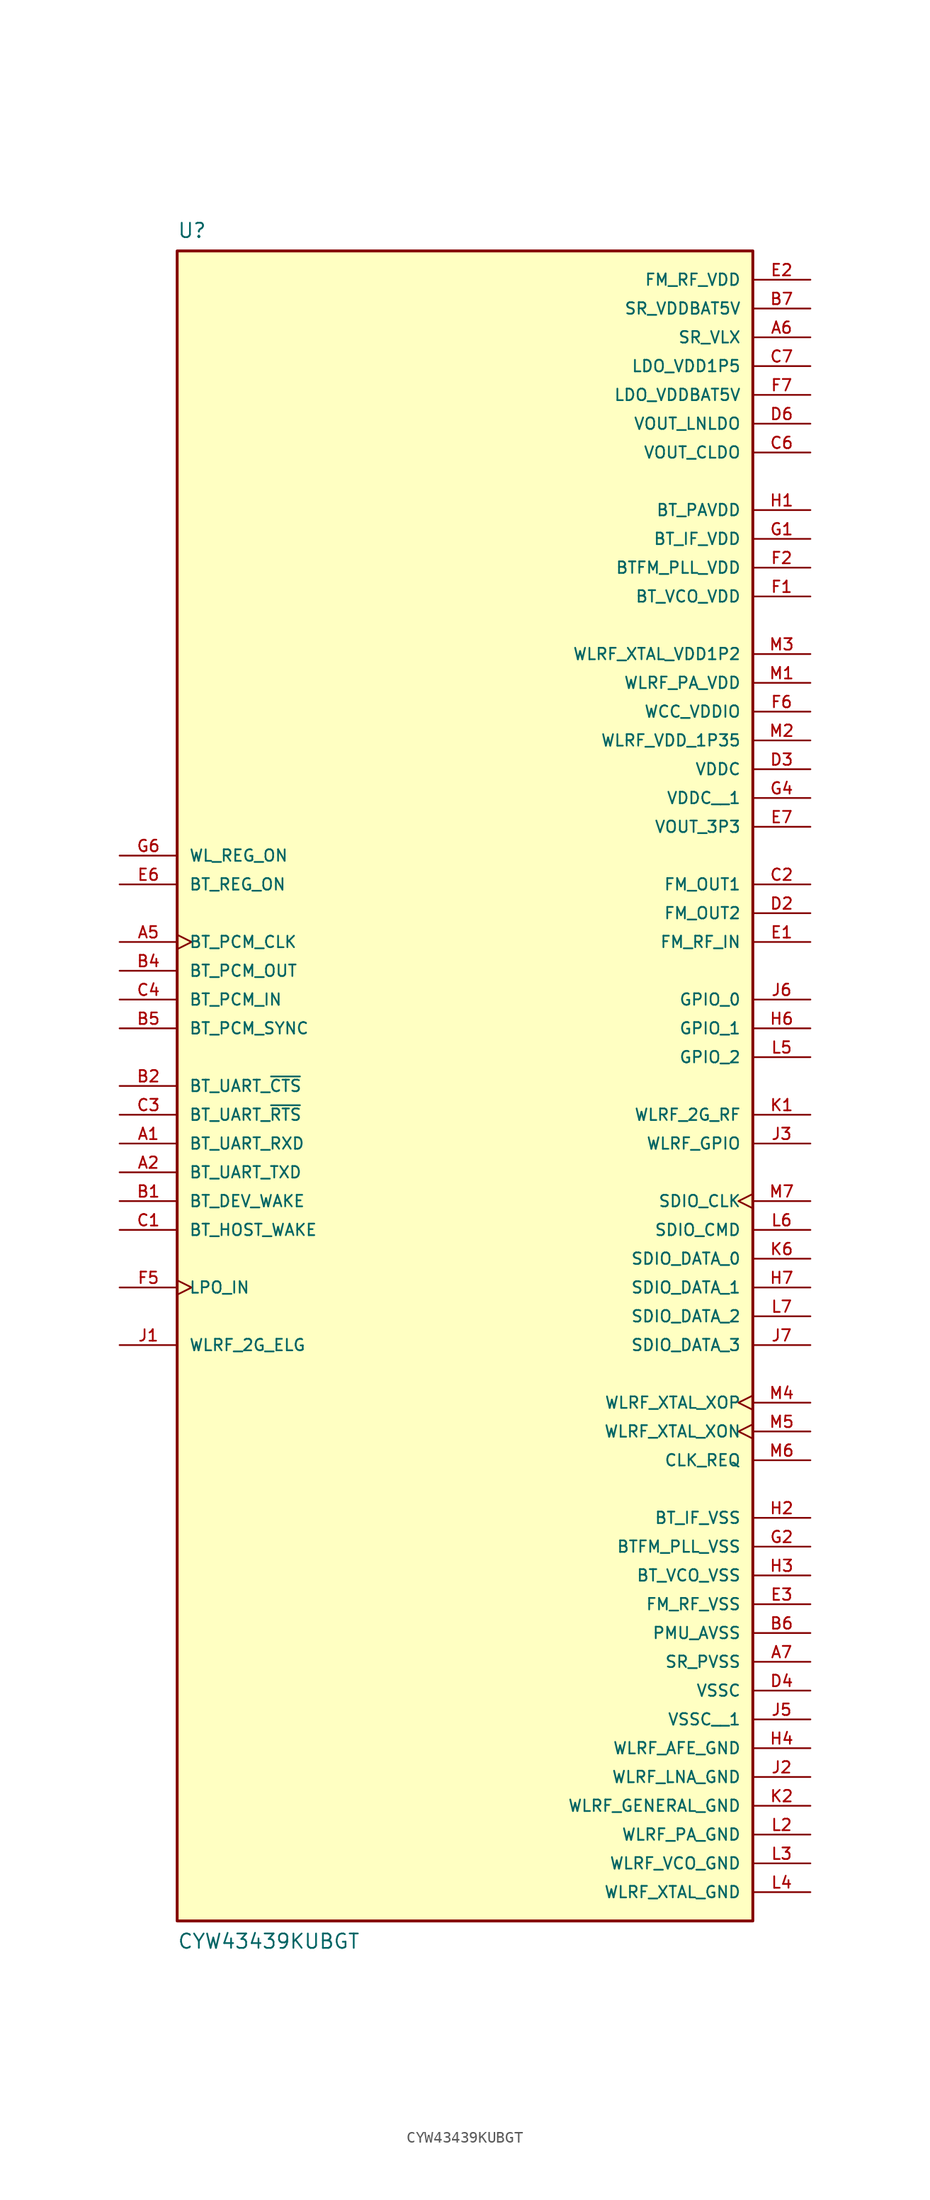
<source format=kicad_sym>
(kicad_symbol_lib
  (version 20211014)
  (generator kicad_symbol_editor)
  (symbol "CYW43439KUBGT"
    (pin_names
      (offset 1.016))
    (property "Reference" "U"
      (at -25.4 73.66 0)
      (effects (font (size 1.27 1.27)) (justify top left)))
    (property "Value" "CYW43439KUBGT"
      (at -25.4 -78.74 0)
      (effects (font (size 1.27 1.27)) (justify bottom left)))
    (symbol "CYW43439KUBGT_0_0"
      (rectangle (start -25.4 -76.2) (end 25.4 71.12) (stroke (width 0.254)) (fill (type background)))
      (pin input line (at -30.48 -7.62 0) (length 5.08) (name "BT_UART_RXD" (effects (font (size 1.016 1.016)))) (number "A1" (effects (font (size 1.016 1.016)))))
      (pin output line (at -30.48 -10.16 0) (length 5.08) (name "BT_UART_TXD" (effects (font (size 1.016 1.016)))) (number "A2" (effects (font (size 1.016 1.016)))))
      (pin bidirectional clock (at -30.48 10.16 0) (length 5.08) (name "BT_PCM_CLK" (effects (font (size 1.016 1.016)))) (number "A5" (effects (font (size 1.016 1.016)))))
      (pin power_in line (at 30.48 63.5 180.0) (length 5.08) (name "SR_VLX" (effects (font (size 1.016 1.016)))) (number "A6" (effects (font (size 1.016 1.016)))))
      (pin power_in line (at 30.48 -53.34 180.0) (length 5.08) (name "SR_PVSS" (effects (font (size 1.016 1.016)))) (number "A7" (effects (font (size 1.016 1.016)))))
      (pin bidirectional line (at -30.48 -12.7 0) (length 5.08) (name "BT_DEV_WAKE" (effects (font (size 1.016 1.016)))) (number "B1" (effects (font (size 1.016 1.016)))))
      (pin input line (at -30.48 -2.54 0) (length 5.08) (name "BT_UART_~{CTS}" (effects (font (size 1.016 1.016)))) (number "B2" (effects (font (size 1.016 1.016)))))
      (pin output line (at -30.48 7.62 0) (length 5.08) (name "BT_PCM_OUT" (effects (font (size 1.016 1.016)))) (number "B4" (effects (font (size 1.016 1.016)))))
      (pin bidirectional line (at -30.48 2.54 0) (length 5.08) (name "BT_PCM_SYNC" (effects (font (size 1.016 1.016)))) (number "B5" (effects (font (size 1.016 1.016)))))
      (pin power_in line (at 30.48 -50.8 180.0) (length 5.08) (name "PMU_AVSS" (effects (font (size 1.016 1.016)))) (number "B6" (effects (font (size 1.016 1.016)))))
      (pin power_in line (at 30.48 66.04 180.0) (length 5.08) (name "SR_VDDBAT5V" (effects (font (size 1.016 1.016)))) (number "B7" (effects (font (size 1.016 1.016)))))
      (pin bidirectional line (at -30.48 -15.24 0) (length 5.08) (name "BT_HOST_WAKE" (effects (font (size 1.016 1.016)))) (number "C1" (effects (font (size 1.016 1.016)))))
      (pin output line (at 30.48 15.24 180.0) (length 5.08) (name "FM_OUT1" (effects (font (size 1.016 1.016)))) (number "C2" (effects (font (size 1.016 1.016)))))
      (pin output line (at -30.48 -5.08 0) (length 5.08) (name "BT_UART_~{RTS}" (effects (font (size 1.016 1.016)))) (number "C3" (effects (font (size 1.016 1.016)))))
      (pin input line (at -30.48 5.08 0) (length 5.08) (name "BT_PCM_IN" (effects (font (size 1.016 1.016)))) (number "C4" (effects (font (size 1.016 1.016)))))
      (pin power_in line (at 30.48 53.34 180.0) (length 5.08) (name "VOUT_CLDO" (effects (font (size 1.016 1.016)))) (number "C6" (effects (font (size 1.016 1.016)))))
      (pin power_in line (at 30.48 60.96 180.0) (length 5.08) (name "LDO_VDD1P5" (effects (font (size 1.016 1.016)))) (number "C7" (effects (font (size 1.016 1.016)))))
      (pin output line (at 30.48 12.7 180.0) (length 5.08) (name "FM_OUT2" (effects (font (size 1.016 1.016)))) (number "D2" (effects (font (size 1.016 1.016)))))
      (pin power_in line (at 30.48 25.4 180.0) (length 5.08) (name "VDDC" (effects (font (size 1.016 1.016)))) (number "D3" (effects (font (size 1.016 1.016)))))
      (pin power_in line (at 30.48 -55.88 180.0) (length 5.08) (name "VSSC" (effects (font (size 1.016 1.016)))) (number "D4" (effects (font (size 1.016 1.016)))))
      (pin power_in line (at 30.48 55.88 180.0) (length 5.08) (name "VOUT_LNLDO" (effects (font (size 1.016 1.016)))) (number "D6" (effects (font (size 1.016 1.016)))))
      (pin input line (at 30.48 10.16 180.0) (length 5.08) (name "FM_RF_IN" (effects (font (size 1.016 1.016)))) (number "E1" (effects (font (size 1.016 1.016)))))
      (pin bidirectional line (at 30.48 68.58 180.0) (length 5.08) (name "FM_RF_VDD" (effects (font (size 1.016 1.016)))) (number "E2" (effects (font (size 1.016 1.016)))))
      (pin power_in line (at 30.48 -48.26 180.0) (length 5.08) (name "FM_RF_VSS" (effects (font (size 1.016 1.016)))) (number "E3" (effects (font (size 1.016 1.016)))))
      (pin input line (at -30.48 15.24 0) (length 5.08) (name "BT_REG_ON" (effects (font (size 1.016 1.016)))) (number "E6" (effects (font (size 1.016 1.016)))))
      (pin power_in line (at 30.48 20.32 180.0) (length 5.08) (name "VOUT_3P3" (effects (font (size 1.016 1.016)))) (number "E7" (effects (font (size 1.016 1.016)))))
      (pin power_in line (at 30.48 40.64 180.0) (length 5.08) (name "BT_VCO_VDD" (effects (font (size 1.016 1.016)))) (number "F1" (effects (font (size 1.016 1.016)))))
      (pin power_in line (at 30.48 43.18 180.0) (length 5.08) (name "BTFM_PLL_VDD" (effects (font (size 1.016 1.016)))) (number "F2" (effects (font (size 1.016 1.016)))))
      (pin input clock (at -30.48 -20.32 0) (length 5.08) (name "LPO_IN" (effects (font (size 1.016 1.016)))) (number "F5" (effects (font (size 1.016 1.016)))))
      (pin power_in line (at 30.48 30.48 180.0) (length 5.08) (name "WCC_VDDIO" (effects (font (size 1.016 1.016)))) (number "F6" (effects (font (size 1.016 1.016)))))
      (pin power_in line (at 30.48 58.42 180.0) (length 5.08) (name "LDO_VDDBAT5V" (effects (font (size 1.016 1.016)))) (number "F7" (effects (font (size 1.016 1.016)))))
      (pin power_in line (at 30.48 45.72 180.0) (length 5.08) (name "BT_IF_VDD" (effects (font (size 1.016 1.016)))) (number "G1" (effects (font (size 1.016 1.016)))))
      (pin power_in line (at 30.48 -43.18 180.0) (length 5.08) (name "BTFM_PLL_VSS" (effects (font (size 1.016 1.016)))) (number "G2" (effects (font (size 1.016 1.016)))))
      (pin input line (at -30.48 17.78 0) (length 5.08) (name "WL_REG_ON" (effects (font (size 1.016 1.016)))) (number "G6" (effects (font (size 1.016 1.016)))))
      (pin power_in line (at 30.48 48.26 180.0) (length 5.08) (name "BT_PAVDD" (effects (font (size 1.016 1.016)))) (number "H1" (effects (font (size 1.016 1.016)))))
      (pin power_in line (at 30.48 -40.64 180.0) (length 5.08) (name "BT_IF_VSS" (effects (font (size 1.016 1.016)))) (number "H2" (effects (font (size 1.016 1.016)))))
      (pin power_in line (at 30.48 -45.72 180.0) (length 5.08) (name "BT_VCO_VSS" (effects (font (size 1.016 1.016)))) (number "H3" (effects (font (size 1.016 1.016)))))
      (pin power_in line (at 30.48 -60.96 180.0) (length 5.08) (name "WLRF_AFE_GND" (effects (font (size 1.016 1.016)))) (number "H4" (effects (font (size 1.016 1.016)))))
      (pin bidirectional line (at 30.48 2.54 180.0) (length 5.08) (name "GPIO_1" (effects (font (size 1.016 1.016)))) (number "H6" (effects (font (size 1.016 1.016)))))
      (pin bidirectional line (at 30.48 -20.32 180.0) (length 5.08) (name "SDIO_DATA_1" (effects (font (size 1.016 1.016)))) (number "H7" (effects (font (size 1.016 1.016)))))
      (pin input line (at -30.48 -25.4 0) (length 5.08) (name "WLRF_2G_ELG" (effects (font (size 1.016 1.016)))) (number "J1" (effects (font (size 1.016 1.016)))))
      (pin power_in line (at 30.48 -63.5 180.0) (length 5.08) (name "WLRF_LNA_GND" (effects (font (size 1.016 1.016)))) (number "J2" (effects (font (size 1.016 1.016)))))
      (pin bidirectional line (at 30.48 -7.62 180.0) (length 5.08) (name "WLRF_GPIO" (effects (font (size 1.016 1.016)))) (number "J3" (effects (font (size 1.016 1.016)))))
      (pin bidirectional line (at 30.48 5.08 180.0) (length 5.08) (name "GPIO_0" (effects (font (size 1.016 1.016)))) (number "J6" (effects (font (size 1.016 1.016)))))
      (pin bidirectional line (at 30.48 -25.4 180.0) (length 5.08) (name "SDIO_DATA_3" (effects (font (size 1.016 1.016)))) (number "J7" (effects (font (size 1.016 1.016)))))
      (pin output line (at 30.48 -5.08 180.0) (length 5.08) (name "WLRF_2G_RF" (effects (font (size 1.016 1.016)))) (number "K1" (effects (font (size 1.016 1.016)))))
      (pin power_in line (at 30.48 -66.04 180.0) (length 5.08) (name "WLRF_GENERAL_GND" (effects (font (size 1.016 1.016)))) (number "K2" (effects (font (size 1.016 1.016)))))
      (pin bidirectional line (at 30.48 -17.78 180.0) (length 5.08) (name "SDIO_DATA_0" (effects (font (size 1.016 1.016)))) (number "K6" (effects (font (size 1.016 1.016)))))
      (pin power_in line (at 30.48 -68.58 180.0) (length 5.08) (name "WLRF_PA_GND" (effects (font (size 1.016 1.016)))) (number "L2" (effects (font (size 1.016 1.016)))))
      (pin power_in line (at 30.48 -71.12 180.0) (length 5.08) (name "WLRF_VCO_GND" (effects (font (size 1.016 1.016)))) (number "L3" (effects (font (size 1.016 1.016)))))
      (pin power_in line (at 30.48 -73.66 180.0) (length 5.08) (name "WLRF_XTAL_GND" (effects (font (size 1.016 1.016)))) (number "L4" (effects (font (size 1.016 1.016)))))
      (pin bidirectional line (at 30.48 0.0 180.0) (length 5.08) (name "GPIO_2" (effects (font (size 1.016 1.016)))) (number "L5" (effects (font (size 1.016 1.016)))))
      (pin bidirectional line (at 30.48 -15.24 180.0) (length 5.08) (name "SDIO_CMD" (effects (font (size 1.016 1.016)))) (number "L6" (effects (font (size 1.016 1.016)))))
      (pin bidirectional line (at 30.48 -22.86 180.0) (length 5.08) (name "SDIO_DATA_2" (effects (font (size 1.016 1.016)))) (number "L7" (effects (font (size 1.016 1.016)))))
      (pin power_in line (at 30.48 33.02 180.0) (length 5.08) (name "WLRF_PA_VDD" (effects (font (size 1.016 1.016)))) (number "M1" (effects (font (size 1.016 1.016)))))
      (pin power_in line (at 30.48 27.94 180.0) (length 5.08) (name "WLRF_VDD_1P35" (effects (font (size 1.016 1.016)))) (number "M2" (effects (font (size 1.016 1.016)))))
      (pin power_in line (at 30.48 35.56 180.0) (length 5.08) (name "WLRF_XTAL_VDD1P2" (effects (font (size 1.016 1.016)))) (number "M3" (effects (font (size 1.016 1.016)))))
      (pin input clock (at 30.48 -30.48 180.0) (length 5.08) (name "WLRF_XTAL_XOP" (effects (font (size 1.016 1.016)))) (number "M4" (effects (font (size 1.016 1.016)))))
      (pin output clock (at 30.48 -33.02 180.0) (length 5.08) (name "WLRF_XTAL_XON" (effects (font (size 1.016 1.016)))) (number "M5" (effects (font (size 1.016 1.016)))))
      (pin output line (at 30.48 -35.56 180.0) (length 5.08) (name "CLK_REQ" (effects (font (size 1.016 1.016)))) (number "M6" (effects (font (size 1.016 1.016)))))
      (pin input clock (at 30.48 -12.7 180.0) (length 5.08) (name "SDIO_CLK" (effects (font (size 1.016 1.016)))) (number "M7" (effects (font (size 1.016 1.016)))))
      (pin power_in line (at 30.48 22.86 180.0) (length 5.08) (name "VDDC__1" (effects (font (size 1.016 1.016)))) (number "G4" (effects (font (size 1.016 1.016)))))
      (pin power_in line (at 30.48 -58.42 180.0) (length 5.08) (name "VSSC__1" (effects (font (size 1.016 1.016)))) (number "J5" (effects (font (size 1.016 1.016))))))))
</source>
